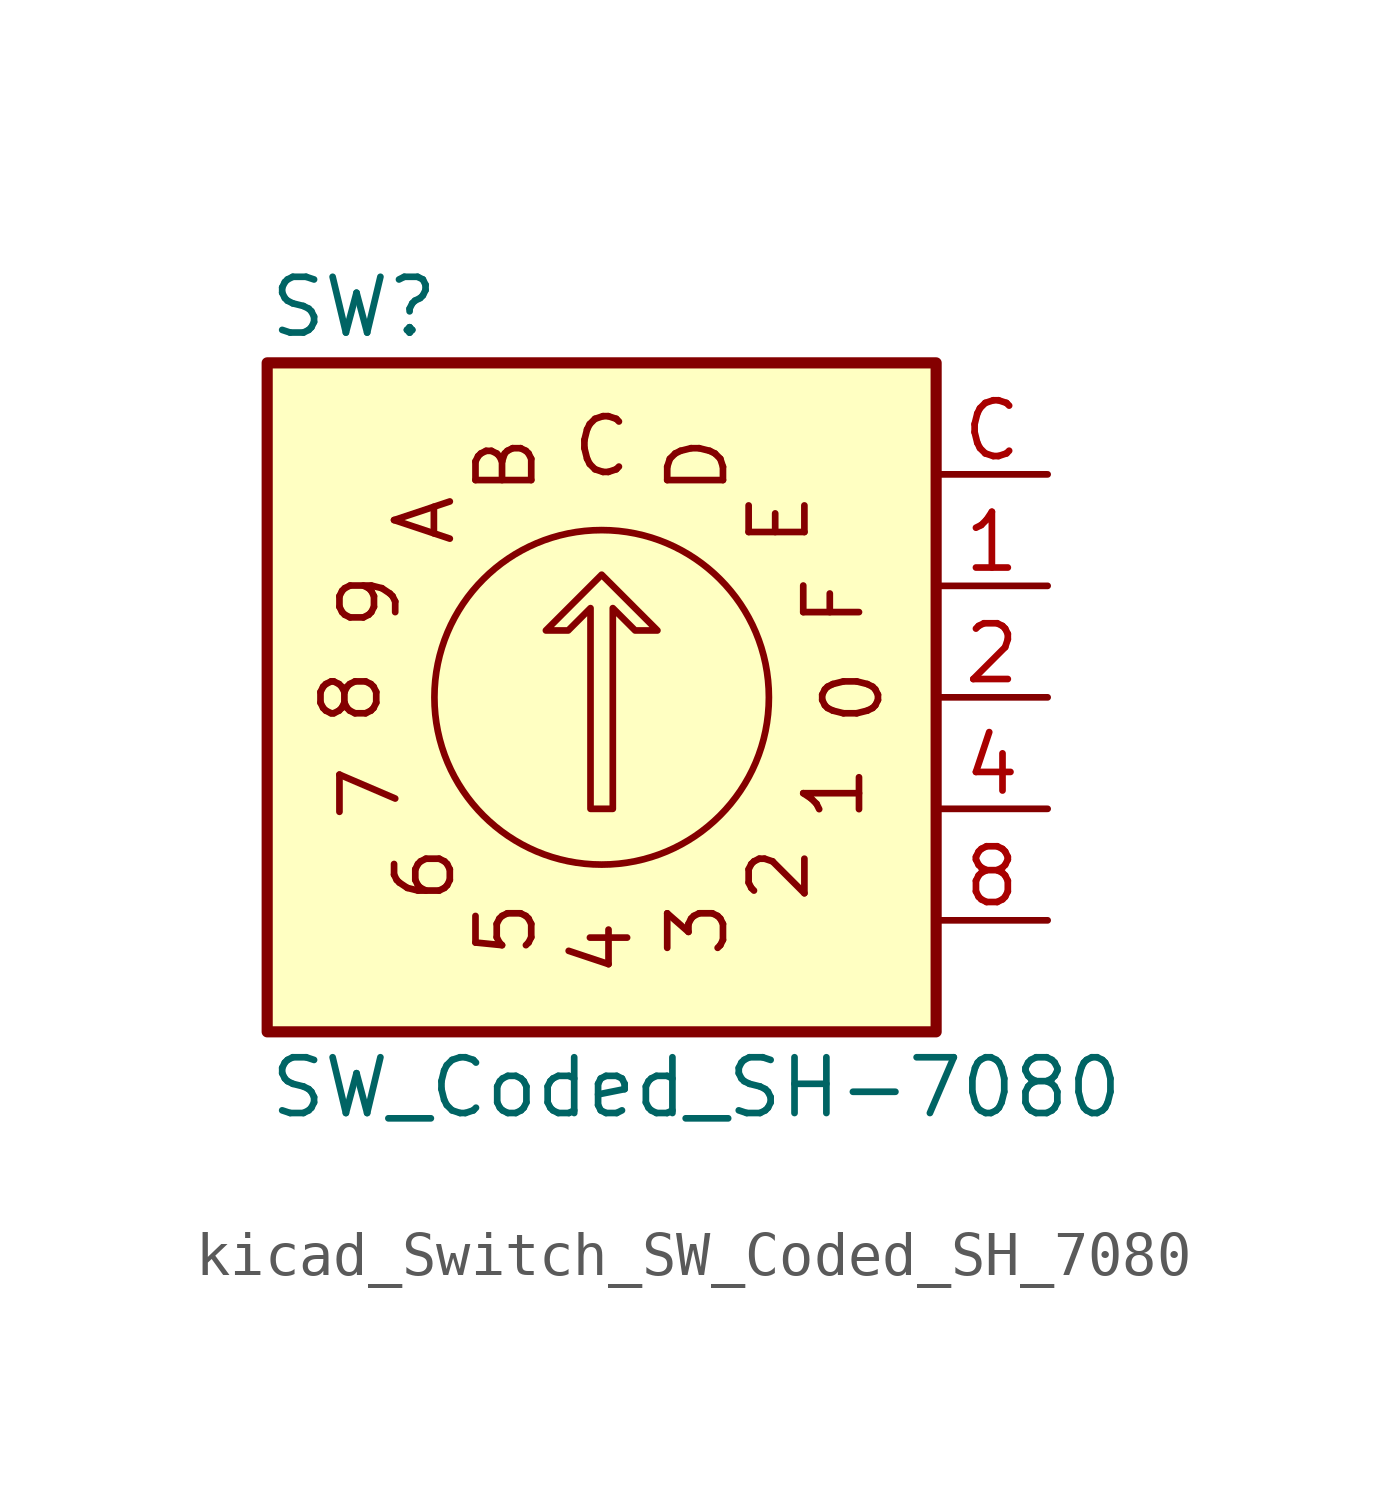
<source format=kicad_sym>
(kicad_symbol_lib
  (version 20220914)
  (generator kicad_symbol_editor)
  (symbol "kicad_Switch_SW_Coded_SH_7080"
    (pin_names hide)
    (property "Reference" "SW"
      (at -7.62 8.89 0)
      (effects (font (size 1.27 1.27)) (justify left)))
    (property "Value" "SW_Coded_SH-7080"
      (at -7.62 -8.89 0)
      (effects (font (size 1.27 1.27)) (justify left)))
    (symbol "kicad_Switch_SW_Coded_SH_7080_0_0"
      (text "0" (at 5.715 0 2700) (effects (font (size 1.27 1.27))))
      (text "1" (at 5.283 -2.184 2475) (effects (font (size 1.27 1.27))))
      (text "2" (at 4.039 -4.039 2250) (effects (font (size 1.27 1.27))))
      (text "3" (at 2.184 -5.283 2025) (effects (font (size 1.27 1.27))))
      (text "4" (at 0 -5.715 1800) (effects (font (size 1.27 1.27))))
      (text "5" (at -2.184 -5.283 1575) (effects (font (size 1.27 1.27))))
      (text "6" (at -4.039 -4.039 1350) (effects (font (size 1.27 1.27))))
      (text "7" (at -5.283 -2.184 1125) (effects (font (size 1.27 1.27))))
      (text "8" (at -5.715 0 900) (effects (font (size 1.27 1.27))))
      (text "9" (at -5.283 2.184 675) (effects (font (size 1.27 1.27))))
      (text "A" (at -4.039 4.039 450) (effects (font (size 1.27 1.27))))
      (text "B" (at -2.184 5.283 225) (effects (font (size 1.27 1.27))))
      (text "C" (at 0 5.715 0) (effects (font (size 1.27 1.27))))
      (text "D" (at 2.184 5.283 3375) (effects (font (size 1.27 1.27))))
      (text "E" (at 4.039 4.039 3150) (effects (font (size 1.27 1.27))))
      (text "F" (at 5.283 2.184 2925) (effects (font (size 1.27 1.27)))))
    (symbol "kicad_Switch_SW_Coded_SH_7080_0_1"
      (polyline (pts (xy -0.254 -2.54) (xy -0.254 2.032) (xy -0.762 1.524) (xy -1.27 1.524) (xy 0 2.794) (xy 1.27 1.524) (xy 0.762 1.524) (xy 0.254 2.032) (xy 0.254 -2.54) (xy -0.254 -2.54) (xy -0.254 -2.54)) (stroke (width 0) (type default)) (fill (type none)))
      (circle (center 0 0) (radius 3.81) (stroke (width 0) (type default)) (fill (type none)))
      (rectangle (start 7.62 7.62) (end -7.62 -7.62) (stroke (width 0.254) (type default)) (fill (type background))))
    (symbol "kicad_Switch_SW_Coded_SH_7080_1_1"
      (pin passive line (at 10.16 2.54 180) (length 2.54) (name "1" (effects (font (size 1.27 1.27)))) (number "1" (effects (font (size 1.27 1.27)))))
      (pin passive line (at 10.16 0 180) (length 2.54) (name "2" (effects (font (size 1.27 1.27)))) (number "2" (effects (font (size 1.27 1.27)))))
      (pin passive line (at 10.16 -2.54 180) (length 2.54) (name "4" (effects (font (size 1.27 1.27)))) (number "4" (effects (font (size 1.27 1.27)))))
      (pin passive line (at 10.16 -5.08 180) (length 2.54) (name "8" (effects (font (size 1.27 1.27)))) (number "8" (effects (font (size 1.27 1.27)))))
      (pin passive line (at 10.16 5.08 180) (length 2.54) (name "C" (effects (font (size 1.27 1.27)))) (number "C" (effects (font (size 1.27 1.27))))))))
</source>
